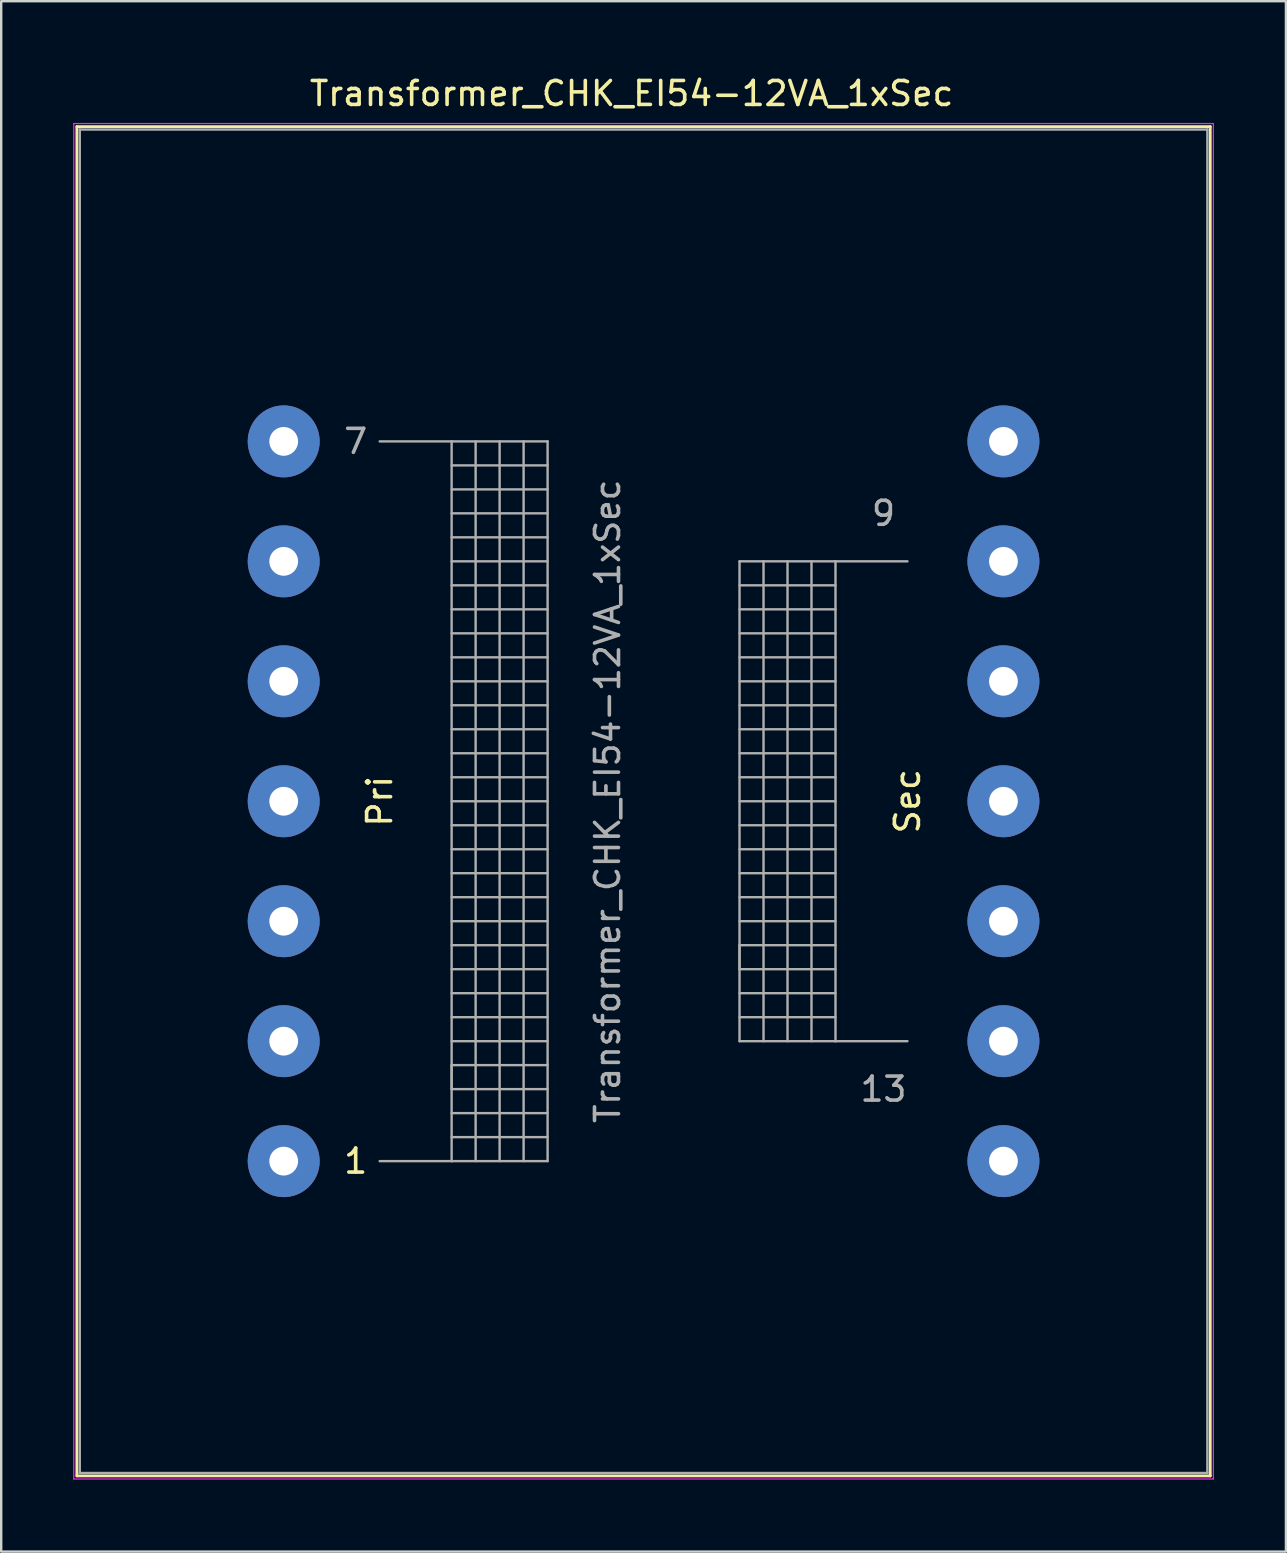
<source format=kicad_pcb>
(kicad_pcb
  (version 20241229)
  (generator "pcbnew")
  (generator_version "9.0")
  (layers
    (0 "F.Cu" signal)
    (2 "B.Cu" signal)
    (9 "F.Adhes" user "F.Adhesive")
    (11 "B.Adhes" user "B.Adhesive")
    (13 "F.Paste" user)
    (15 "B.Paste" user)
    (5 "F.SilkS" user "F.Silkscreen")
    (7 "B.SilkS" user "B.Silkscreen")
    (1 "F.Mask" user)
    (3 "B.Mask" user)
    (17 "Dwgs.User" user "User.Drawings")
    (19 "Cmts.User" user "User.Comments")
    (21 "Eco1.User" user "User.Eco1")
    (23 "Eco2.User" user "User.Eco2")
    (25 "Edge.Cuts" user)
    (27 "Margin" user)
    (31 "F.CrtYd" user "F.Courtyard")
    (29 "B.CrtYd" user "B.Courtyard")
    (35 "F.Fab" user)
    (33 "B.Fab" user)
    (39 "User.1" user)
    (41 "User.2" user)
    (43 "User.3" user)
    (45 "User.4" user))
  (footprint "Transformer_CHK_EI54-12VA_1xSec"
    (layer "F.Cu")
    (at 8.775 45.348)
    (property "Reference" "Transformer_CHK_EI54-12VA_1xSec" (at 14.5 -44.5 0) (layer "F.SilkS") (effects (font (size 1 1) (thickness 0.15))))
    (attr through_hole)
    (fp_line (start -8.62 -43.12) (end -8.62 13.12) (stroke (width 0.12) (type solid)) (layer "F.SilkS"))
    (fp_line (start -8.62 -43.12) (end 38.62 -43.12) (stroke (width 0.12) (type solid)) (layer "F.SilkS"))
    (fp_line (start 38.62 13.12) (end -8.62 13.12) (stroke (width 0.12) (type solid)) (layer "F.SilkS"))
    (fp_line (start 38.62 13.12) (end 38.62 -43.12) (stroke (width 0.12) (type solid)) (layer "F.SilkS"))
    (fp_line (start -8.75 -43.25) (end -8.75 13.25) (stroke (width 0.05) (type solid)) (layer "F.CrtYd"))
    (fp_line (start -8.75 -43.25) (end 38.75 -43.25) (stroke (width 0.05) (type solid)) (layer "F.CrtYd"))
    (fp_line (start 38.75 13.25) (end -8.75 13.25) (stroke (width 0.05) (type solid)) (layer "F.CrtYd"))
    (fp_line (start 38.75 13.25) (end 38.75 -43.25) (stroke (width 0.05) (type solid)) (layer "F.CrtYd"))
    (fp_line (start -8.5 -43) (end -8.5 13) (stroke (width 0.1) (type solid)) (layer "F.Fab"))
    (fp_line (start -8.5 13) (end 38.5 13) (stroke (width 0.1) (type solid)) (layer "F.Fab"))
    (fp_line (start 4 -30) (end 7 -30) (stroke (width 0.1) (type solid)) (layer "F.Fab"))
    (fp_line (start 7 -30) (end 7 0) (stroke (width 0.1) (type solid)) (layer "F.Fab"))
    (fp_line (start 7 -30) (end 11 -30) (stroke (width 0.1) (type solid)) (layer "F.Fab"))
    (fp_line (start 7 -29) (end 11 -29) (stroke (width 0.1) (type solid)) (layer "F.Fab"))
    (fp_line (start 7 -27) (end 11 -27) (stroke (width 0.1) (type solid)) (layer "F.Fab"))
    (fp_line (start 7 -25) (end 11 -25) (stroke (width 0.1) (type solid)) (layer "F.Fab"))
    (fp_line (start 7 -23) (end 11 -23) (stroke (width 0.1) (type solid)) (layer "F.Fab"))
    (fp_line (start 7 -21) (end 11 -21) (stroke (width 0.1) (type solid)) (layer "F.Fab"))
    (fp_line (start 7 -19) (end 11 -19) (stroke (width 0.1) (type solid)) (layer "F.Fab"))
    (fp_line (start 7 -17) (end 11 -17) (stroke (width 0.1) (type solid)) (layer "F.Fab"))
    (fp_line (start 7 -15) (end 11 -15) (stroke (width 0.1) (type solid)) (layer "F.Fab"))
    (fp_line (start 7 -13) (end 11 -13) (stroke (width 0.1) (type solid)) (layer "F.Fab"))
    (fp_line (start 7 -11) (end 11 -11) (stroke (width 0.1) (type solid)) (layer "F.Fab"))
    (fp_line (start 7 -9) (end 11 -9) (stroke (width 0.1) (type solid)) (layer "F.Fab"))
    (fp_line (start 7 -7) (end 11 -7) (stroke (width 0.1) (type solid)) (layer "F.Fab"))
    (fp_line (start 7 -5) (end 11 -5) (stroke (width 0.1) (type solid)) (layer "F.Fab"))
    (fp_line (start 7 -4) (end 7 -3) (stroke (width 0.1) (type solid)) (layer "F.Fab"))
    (fp_line (start 7 -3) (end 11 -3) (stroke (width 0.1) (type solid)) (layer "F.Fab"))
    (fp_line (start 7 -1) (end 11 -1) (stroke (width 0.1) (type solid)) (layer "F.Fab"))
    (fp_line (start 7 0) (end 4 0) (stroke (width 0.1) (type solid)) (layer "F.Fab"))
    (fp_line (start 8 -30) (end 8 0) (stroke (width 0.1) (type solid)) (layer "F.Fab"))
    (fp_line (start 9 -30) (end 9 0) (stroke (width 0.1) (type solid)) (layer "F.Fab"))
    (fp_line (start 10 -12) (end 7 -12) (stroke (width 0.1) (type solid)) (layer "F.Fab"))
    (fp_line (start 10 -12) (end 11 -12) (stroke (width 0.1) (type solid)) (layer "F.Fab"))
    (fp_line (start 10 0) (end 10 -30) (stroke (width 0.1) (type solid)) (layer "F.Fab"))
    (fp_line (start 11 -30) (end 11 0) (stroke (width 0.1) (type solid)) (layer "F.Fab"))
    (fp_line (start 11 -28) (end 7 -28) (stroke (width 0.1) (type solid)) (layer "F.Fab"))
    (fp_line (start 11 -26) (end 7 -26) (stroke (width 0.1) (type solid)) (layer "F.Fab"))
    (fp_line (start 11 -24) (end 7 -24) (stroke (width 0.1) (type solid)) (layer "F.Fab"))
    (fp_line (start 11 -22) (end 7 -22) (stroke (width 0.1) (type solid)) (layer "F.Fab"))
    (fp_line (start 11 -20) (end 7 -20) (stroke (width 0.1) (type solid)) (layer "F.Fab"))
    (fp_line (start 11 -18) (end 7 -18) (stroke (width 0.1) (type solid)) (layer "F.Fab"))
    (fp_line (start 11 -16) (end 7 -16) (stroke (width 0.1) (type solid)) (layer "F.Fab"))
    (fp_line (start 11 -14) (end 7 -14) (stroke (width 0.1) (type solid)) (layer "F.Fab"))
    (fp_line (start 11 -10) (end 7 -10) (stroke (width 0.1) (type solid)) (layer "F.Fab"))
    (fp_line (start 11 -8) (end 7 -8) (stroke (width 0.1) (type solid)) (layer "F.Fab"))
    (fp_line (start 11 -6) (end 7 -6) (stroke (width 0.1) (type solid)) (layer "F.Fab"))
    (fp_line (start 11 -4) (end 7 -4) (stroke (width 0.1) (type solid)) (layer "F.Fab"))
    (fp_line (start 11 -2) (end 7 -2) (stroke (width 0.1) (type solid)) (layer "F.Fab"))
    (fp_line (start 11 0) (end 7 0) (stroke (width 0.1) (type solid)) (layer "F.Fab"))
    (fp_line (start 19 -25) (end 19 -5) (stroke (width 0.1) (type solid)) (layer "F.Fab"))
    (fp_line (start 19 -24) (end 23 -24) (stroke (width 0.1) (type solid)) (layer "F.Fab"))
    (fp_line (start 19 -22) (end 23 -22) (stroke (width 0.1) (type solid)) (layer "F.Fab"))
    (fp_line (start 19 -20) (end 23 -20) (stroke (width 0.1) (type solid)) (layer "F.Fab"))
    (fp_line (start 19 -18) (end 23 -18) (stroke (width 0.1) (type solid)) (layer "F.Fab"))
    (fp_line (start 19 -16) (end 23 -16) (stroke (width 0.1) (type solid)) (layer "F.Fab"))
    (fp_line (start 19 -14) (end 23 -14) (stroke (width 0.1) (type solid)) (layer "F.Fab"))
    (fp_line (start 19 -12) (end 23 -12) (stroke (width 0.1) (type solid)) (layer "F.Fab"))
    (fp_line (start 19 -10) (end 23 -10) (stroke (width 0.1) (type solid)) (layer "F.Fab"))
    (fp_line (start 19 -9) (end 19 -8) (stroke (width 0.1) (type solid)) (layer "F.Fab"))
    (fp_line (start 19 -8) (end 23 -8) (stroke (width 0.1) (type solid)) (layer "F.Fab"))
    (fp_line (start 19 -6) (end 23 -6) (stroke (width 0.1) (type solid)) (layer "F.Fab"))
    (fp_line (start 19 -5) (end 23 -5) (stroke (width 0.1) (type solid)) (layer "F.Fab"))
    (fp_line (start 20 -5) (end 20 -25) (stroke (width 0.1) (type solid)) (layer "F.Fab"))
    (fp_line (start 21 -25) (end 21 -5) (stroke (width 0.1) (type solid)) (layer "F.Fab"))
    (fp_line (start 22 -5) (end 22 -25) (stroke (width 0.1) (type solid)) (layer "F.Fab"))
    (fp_line (start 23 -25) (end 19 -25) (stroke (width 0.1) (type solid)) (layer "F.Fab"))
    (fp_line (start 23 -25) (end 23 -5) (stroke (width 0.1) (type solid)) (layer "F.Fab"))
    (fp_line (start 23 -23) (end 19 -23) (stroke (width 0.1) (type solid)) (layer "F.Fab"))
    (fp_line (start 23 -21) (end 19 -21) (stroke (width 0.1) (type solid)) (layer "F.Fab"))
    (fp_line (start 23 -19) (end 19 -19) (stroke (width 0.1) (type solid)) (layer "F.Fab"))
    (fp_line (start 23 -17) (end 19 -17) (stroke (width 0.1) (type solid)) (layer "F.Fab"))
    (fp_line (start 23 -15) (end 19 -15) (stroke (width 0.1) (type solid)) (layer "F.Fab"))
    (fp_line (start 23 -13) (end 19 -13) (stroke (width 0.1) (type solid)) (layer "F.Fab"))
    (fp_line (start 23 -11) (end 19 -11) (stroke (width 0.1) (type solid)) (layer "F.Fab"))
    (fp_line (start 23 -9) (end 19 -9) (stroke (width 0.1) (type solid)) (layer "F.Fab"))
    (fp_line (start 23 -7) (end 19 -7) (stroke (width 0.1) (type solid)) (layer "F.Fab"))
    (fp_line (start 23 -5) (end 26 -5) (stroke (width 0.1) (type solid)) (layer "F.Fab"))
    (fp_line (start 26 -25) (end 23 -25) (stroke (width 0.1) (type solid)) (layer "F.Fab"))
    (fp_line (start 38.5 -43) (end -8.5 -43) (stroke (width 0.1) (type solid)) (layer "F.Fab"))
    (fp_line (start 38.5 13) (end 38.5 -43) (stroke (width 0.1) (type solid)) (layer "F.Fab"))
    (fp_text user "Pri" (at 4 -15 90) (layer "F.SilkS") (effects (font (size 1 1) (thickness 0.15))))
    (fp_text user "1" (at 3 0 0) (layer "F.SilkS") (effects (font (size 1 1) (thickness 0.15))))
    (fp_text user "Sec" (at 26 -15 90) (layer "F.SilkS") (effects (font (size 1 1) (thickness 0.15))))
    (fp_text user "13" (at 25 -3 0) (layer "F.Fab") (effects (font (size 1 1) (thickness 0.15))))
    (fp_text user "9" (at 25 -27 0) (layer "F.Fab") (effects (font (size 1 1) (thickness 0.15))))
    (fp_text user "7" (at 3 -30 0) (layer "F.Fab") (effects (font (size 1 1) (thickness 0.15))))
    (fp_text user "${REFERENCE}" (at 13.5 -15 90) (layer "F.Fab") (effects (font (size 1 1) (thickness 0.15))))
    (pad "1" thru_hole circle (at 0 0) (size 3 3) (drill 1.2) (layers "*.Cu" "*.Mask"))
    (pad "2" thru_hole circle (at 0 -5) (size 3 3) (drill 1.2) (layers "*.Cu" "*.Mask"))
    (pad "3" thru_hole circle (at 0 -10) (size 3 3) (drill 1.2) (layers "*.Cu" "*.Mask"))
    (pad "4" thru_hole circle (at 0 -15) (size 3 3) (drill 1.2) (layers "*.Cu" "*.Mask"))
    (pad "5" thru_hole circle (at 0 -20) (size 3 3) (drill 1.2) (layers "*.Cu" "*.Mask"))
    (pad "6" thru_hole circle (at 0 -25) (size 3 3) (drill 1.2) (layers "*.Cu" "*.Mask"))
    (pad "7" thru_hole circle (at 0 -30) (size 3 3) (drill 1.2) (layers "*.Cu" "*.Mask"))
    (pad "8" thru_hole circle (at 30 -30) (size 3 3) (drill 1.2) (layers "*.Cu" "*.Mask"))
    (pad "9" thru_hole circle (at 30 -25) (size 3 3) (drill 1.2) (layers "*.Cu" "*.Mask"))
    (pad "10" thru_hole circle (at 30 -20) (size 3 3) (drill 1.2) (layers "*.Cu" "*.Mask"))
    (pad "11" thru_hole circle (at 30 -15) (size 3 3) (drill 1.2) (layers "*.Cu" "*.Mask"))
    (pad "12" thru_hole circle (at 30 -10) (size 3 3) (drill 1.2) (layers "*.Cu" "*.Mask"))
    (pad "13" thru_hole circle (at 30 -5) (size 3 3) (drill 1.2) (layers "*.Cu" "*.Mask"))
    (pad "14" thru_hole circle (at 30 0) (size 3 3) (drill 1.2) (layers "*.Cu" "*.Mask")))
  (gr_rect
    (start -3 -3)
    (end 50.55 61.623)
    (stroke (width 0.1) (type default))
    (fill no)
    (layer "Edge.Cuts")))
</source>
